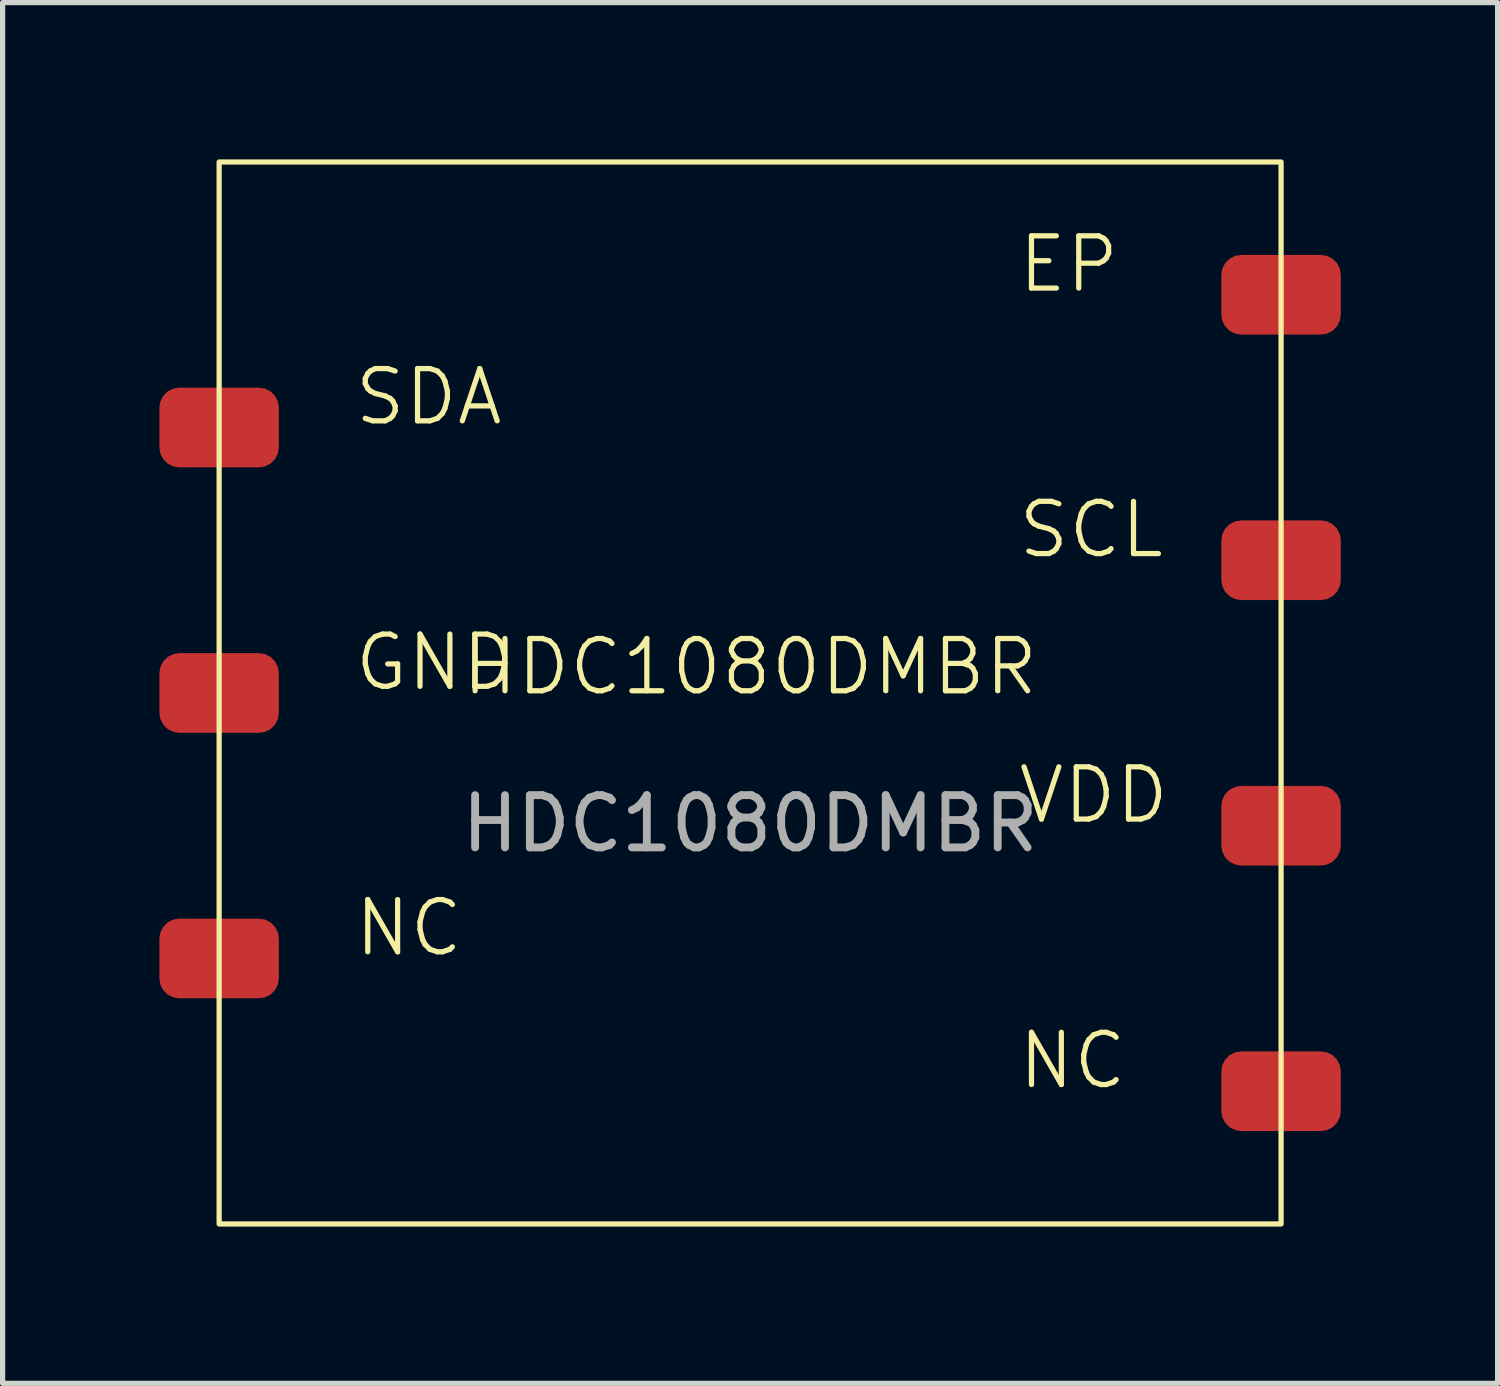
<source format=kicad_pcb>
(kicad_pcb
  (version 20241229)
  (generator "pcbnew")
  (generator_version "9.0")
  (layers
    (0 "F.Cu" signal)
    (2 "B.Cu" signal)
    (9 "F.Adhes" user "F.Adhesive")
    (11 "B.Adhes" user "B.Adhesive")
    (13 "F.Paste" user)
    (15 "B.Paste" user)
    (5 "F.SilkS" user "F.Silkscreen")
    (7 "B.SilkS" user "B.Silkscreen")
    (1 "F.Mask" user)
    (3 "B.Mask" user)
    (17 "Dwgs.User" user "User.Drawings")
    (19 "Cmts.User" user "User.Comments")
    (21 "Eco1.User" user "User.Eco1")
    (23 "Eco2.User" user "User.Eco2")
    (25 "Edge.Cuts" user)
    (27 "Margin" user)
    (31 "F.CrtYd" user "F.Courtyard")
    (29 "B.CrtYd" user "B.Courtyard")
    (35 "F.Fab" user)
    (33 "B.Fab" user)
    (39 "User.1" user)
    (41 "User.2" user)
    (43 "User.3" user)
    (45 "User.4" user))
  (footprint "HDC1080DMBR"
    (layer "F.Cu")
    (at 11.303 10.21)
    (property "Reference" "HDC1080DMBR" (at 0 -0.5 0) (unlocked yes) (layer "F.SilkS") (effects (font (size 1 1) (thickness 0.1))))
    (attr smd)
    (fp_rect (start 10.16 10.16) (end -10.16 -10.16) (stroke (width 0.1) (type default)) (fill no) (layer "F.SilkS"))
    (fp_text user "EP" (at 5.08 -7.62 0) (unlocked yes) (layer "F.SilkS") (effects (font (size 1 1) (thickness 0.1)) (justify left bottom)))
    (fp_text user "SCL" (at 5.08 -2.54 0) (unlocked yes) (layer "F.SilkS") (effects (font (size 1 1) (thickness 0.1)) (justify left bottom)))
    (fp_text user "SDA" (at -7.62 -5.08 0) (unlocked yes) (layer "F.SilkS") (effects (font (size 1 1) (thickness 0.1)) (justify left bottom)))
    (fp_text user "GND" (at -7.62 0 0) (unlocked yes) (layer "F.SilkS") (effects (font (size 1 1) (thickness 0.1)) (justify left bottom)))
    (fp_text user "NC" (at -7.62 5.08 0) (unlocked yes) (layer "F.SilkS") (effects (font (size 1 1) (thickness 0.1)) (justify left bottom)))
    (fp_text user "NC" (at 5.08 7.62 0) (unlocked yes) (layer "F.SilkS") (effects (font (size 1 1) (thickness 0.1)) (justify left bottom)))
    (fp_text user "VDD" (at 5.08 2.54 0) (unlocked yes) (layer "F.SilkS") (effects (font (size 1 1) (thickness 0.1)) (justify left bottom)))
    (fp_text user "${REFERENCE}" (at 0 2.5 0) (unlocked yes) (layer "F.Fab") (effects (font (size 1 1) (thickness 0.15))))
    (pad "1" smd roundrect (at -10.16 -5.08) (size 2.286 1.524) (layers "F.Cu" "F.Mask" "F.Paste") (roundrect_rratio 0.25))
    (pad "2" smd roundrect (at -10.16 0) (size 2.286 1.524) (layers "F.Cu" "F.Mask" "F.Paste") (roundrect_rratio 0.25))
    (pad "3" smd roundrect (at -10.16 5.08) (size 2.286 1.524) (layers "F.Cu" "F.Mask" "F.Paste") (roundrect_rratio 0.25))
    (pad "4" smd roundrect (at 10.16 7.62) (size 2.286 1.524) (layers "F.Cu" "F.Mask" "F.Paste") (roundrect_rratio 0.25))
    (pad "5" smd roundrect (at 10.16 2.54) (size 2.286 1.524) (layers "F.Cu" "F.Mask" "F.Paste") (roundrect_rratio 0.25))
    (pad "6" smd roundrect (at 10.16 -2.54) (size 2.286 1.524) (layers "F.Cu" "F.Mask" "F.Paste") (roundrect_rratio 0.25))
    (pad "7" smd roundrect (at 10.16 -7.62) (size 2.286 1.524) (layers "F.Cu" "F.Mask" "F.Paste") (roundrect_rratio 0.25)))
  (gr_rect
    (start -3 -3)
    (end 25.606 23.42)
    (stroke (width 0.1) (type default))
    (fill no)
    (layer "Edge.Cuts")))
</source>
